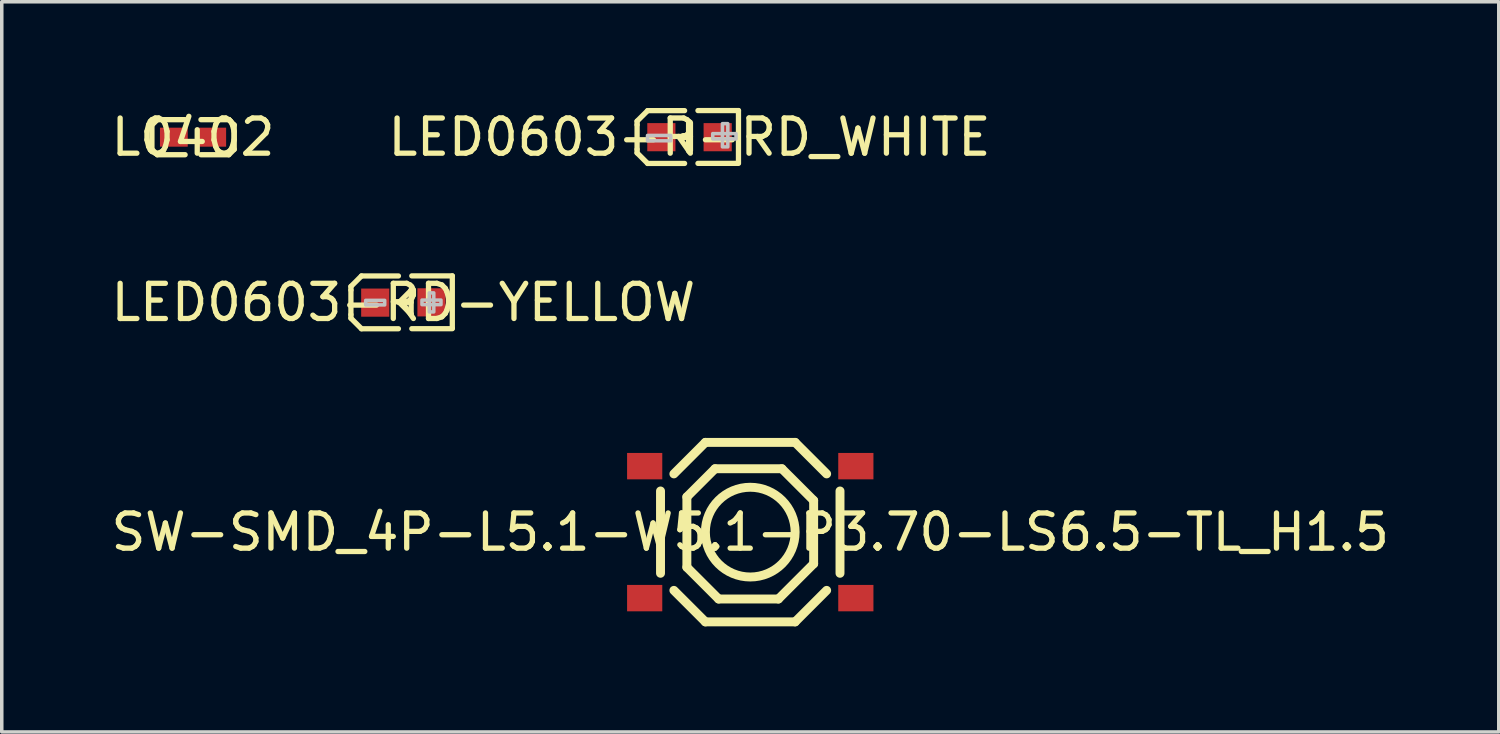
<source format=kicad_pcb>
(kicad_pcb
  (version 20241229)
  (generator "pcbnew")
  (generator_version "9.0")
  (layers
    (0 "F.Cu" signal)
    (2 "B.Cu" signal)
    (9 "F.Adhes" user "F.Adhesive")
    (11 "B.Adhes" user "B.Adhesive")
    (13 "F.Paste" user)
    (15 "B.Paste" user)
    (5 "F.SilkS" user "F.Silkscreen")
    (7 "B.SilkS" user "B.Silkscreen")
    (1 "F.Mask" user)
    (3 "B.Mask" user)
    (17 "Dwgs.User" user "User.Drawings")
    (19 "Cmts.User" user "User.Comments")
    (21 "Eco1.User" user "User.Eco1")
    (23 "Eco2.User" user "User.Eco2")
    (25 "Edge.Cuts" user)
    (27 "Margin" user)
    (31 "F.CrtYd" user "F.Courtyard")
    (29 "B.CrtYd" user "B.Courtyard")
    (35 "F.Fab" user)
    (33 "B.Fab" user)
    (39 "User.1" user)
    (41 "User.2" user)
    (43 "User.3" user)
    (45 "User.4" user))
  (footprint "L0402"
    (layer "F.Cu")
    (at 2.435 0.848)
    (property "Reference" "L0402" (at 0 0 0) (layer "F.SilkS") (effects (font (size 1 1) (thickness 0.15))))
    (fp_line (start -1.169 -0.346) (end -1.016 -0.498) (stroke (width 0.152) (type default)) (layer "F.SilkS"))
    (fp_line (start -1.169 0.346) (end -1.169 -0.346) (stroke (width 0.152) (type default)) (layer "F.SilkS"))
    (fp_line (start -1.016 -0.498) (end -0.226 -0.498) (stroke (width 0.152) (type default)) (layer "F.SilkS"))
    (fp_line (start -1.016 0.498) (end -1.169 0.346) (stroke (width 0.152) (type default)) (layer "F.SilkS"))
    (fp_line (start -0.226 0.498) (end -1.016 0.498) (stroke (width 0.152) (type default)) (layer "F.SilkS"))
    (fp_line (start 0.226 0.498) (end 1.016 0.498) (stroke (width 0.152) (type default)) (layer "F.SilkS"))
    (fp_line (start 1.016 -0.498) (end 0.226 -0.498) (stroke (width 0.152) (type default)) (layer "F.SilkS"))
    (fp_line (start 1.016 0.498) (end 1.169 0.346) (stroke (width 0.152) (type default)) (layer "F.SilkS"))
    (fp_line (start 1.169 -0.346) (end 1.016 -0.498) (stroke (width 0.152) (type default)) (layer "F.SilkS"))
    (fp_line (start 1.169 0.346) (end 1.169 -0.346) (stroke (width 0.152) (type default)) (layer "F.SilkS"))
    (fp_poly (pts (xy -0.135 0.086) (xy -0.135 -0.086) (xy -0.404 -0.27) (xy -0.9 -0.27) (xy -0.94 -0.23) (xy -0.94 0.23) (xy -0.9 0.27) (xy -0.404 0.27)) (stroke (width 0) (type default)) (fill yes) (layer "F.Paste"))
    (fp_poly (pts (xy 0.135 0.086) (xy 0.135 -0.086) (xy 0.404 -0.27) (xy 0.9 -0.27) (xy 0.94 -0.23) (xy 0.94 0.23) (xy 0.9 0.27) (xy 0.404 0.27)) (stroke (width 0) (type default)) (fill yes) (layer "F.Paste"))
    (fp_poly (pts (xy -0.5 0.25) (xy -0.5 -0.25) (xy -0.25 -0.25) (xy -0.25 0.25)) (stroke (width 0.1) (type default)) (fill no) (layer "User.1"))
    (fp_poly (pts (xy 0.5 0.25) (xy 0.5 -0.25) (xy 0.25 -0.25) (xy 0.25 0.25)) (stroke (width 0.1) (type default)) (fill no) (layer "User.1"))
    (fp_line (start -0.5 -0.25) (end 0.5 -0.25) (stroke (width 0.051) (type default)) (layer "User.2"))
    (fp_line (start -0.5 0.25) (end -0.5 -0.25) (stroke (width 0.051) (type default)) (layer "User.2"))
    (fp_line (start 0.5 -0.25) (end 0.5 0.25) (stroke (width 0.051) (type default)) (layer "User.2"))
    (fp_line (start 0.5 0.25) (end -0.5 0.25) (stroke (width 0.051) (type default)) (layer "User.2"))
    (fp_poly (pts (xy -0.445 0.227) (xy -0.477 0.195) (xy -0.523 0.195) (xy -0.555 0.227) (xy -0.555 0.273) (xy -0.523 0.305) (xy -0.477 0.305) (xy -0.445 0.273)) (stroke (width 0.1) (type default)) (fill no) (layer "User.3"))
    (pad "1" smd rect (at -0.545 0) (size 0.79 0.54) (layers "F.Cu" "F.Mask" "F.Paste"))
    (pad "2" smd rect (at 0.545 0) (size 0.79 0.54) (layers "F.Cu" "F.Mask" "F.Paste")))
  (footprint "LED0603-R-RD_WHITE"
    (layer "F.Cu")
    (at 16.542 0.848)
    (property "Reference" "LED0603-R-RD_WHITE" (at 0 0 0) (layer "F.SilkS") (effects (font (size 1 1) (thickness 0.15))))
    (fp_line (start -1.49 -0.455) (end -1.19 -0.754) (stroke (width 0.15) (type default)) (layer "F.SilkS"))
    (fp_line (start -1.49 -0.354) (end -1.49 -0.455) (stroke (width 0.15) (type default)) (layer "F.SilkS"))
    (fp_line (start -1.49 -0.354) (end -1.49 0.346) (stroke (width 0.15) (type default)) (layer "F.SilkS"))
    (fp_line (start -1.49 0.346) (end -1.49 0.446) (stroke (width 0.15) (type default)) (layer "F.SilkS"))
    (fp_line (start -1.49 0.446) (end -1.19 0.746) (stroke (width 0.15) (type default)) (layer "F.SilkS"))
    (fp_line (start -0.14 -0.754) (end -1.19 -0.754) (stroke (width 0.15) (type default)) (layer "F.SilkS"))
    (fp_line (start -0.14 0.746) (end -1.19 0.746) (stroke (width 0.15) (type default)) (layer "F.SilkS"))
    (fp_line (start 0 -0.018) (end -0.175 -0.018) (stroke (width 0.203) (type default)) (layer "F.SilkS"))
    (fp_line (start 0 0.381) (end 0 -0.406) (stroke (width 0.203) (type default)) (layer "F.SilkS"))
    (fp_line (start 0.24 -0.756) (end 1.391 -0.756) (stroke (width 0.15) (type default)) (layer "F.SilkS"))
    (fp_line (start 0.24 0.744) (end 1.391 0.744) (stroke (width 0.15) (type default)) (layer "F.SilkS"))
    (fp_line (start 1.391 -0.756) (end 1.391 0.724) (stroke (width 0.15) (type default)) (layer "F.SilkS"))
    (fp_poly (pts (xy -1.194 -0.05) (xy -0.533 -0.05) (xy -0.533 0.103) (xy -1.194 0.103)) (stroke (width 0.1) (type default)) (fill no) (layer "Dwgs.User"))
    (fp_poly (pts (xy 0.66 -0.102) (xy 1.321 -0.102) (xy 1.321 0.051) (xy 0.66 0.051)) (stroke (width 0.1) (type default)) (fill no) (layer "Dwgs.User"))
    (fp_poly (pts (xy 0.935 0.275) (xy 0.935 -0.385) (xy 1.088 -0.385) (xy 1.088 0.275)) (stroke (width 0.1) (type default)) (fill no) (layer "Dwgs.User"))
    (fp_poly (pts (xy -0.8 0.4) (xy -0.8 -0.4) (xy -0.5 -0.4) (xy -0.5 0.4)) (stroke (width 0.1) (type default)) (fill no) (layer "User.1"))
    (fp_poly (pts (xy 0.8 -0.4) (xy 0.8 0.4) (xy 0.5 0.4) (xy 0.5 -0.4)) (stroke (width 0.1) (type default)) (fill no) (layer "User.1"))
    (fp_line (start -0.8 -0.4) (end 0.8 -0.4) (stroke (width 0.051) (type default)) (layer "User.2"))
    (fp_line (start -0.8 0.4) (end -0.8 -0.4) (stroke (width 0.051) (type default)) (layer "User.2"))
    (fp_line (start 0.8 -0.4) (end 0.8 0.4) (stroke (width 0.051) (type default)) (layer "User.2"))
    (fp_line (start 0.8 0.4) (end -0.8 0.4) (stroke (width 0.051) (type default)) (layer "User.2"))
    (fp_poly (pts (xy 0.855 -0.423) (xy 0.823 -0.455) (xy 0.777 -0.455) (xy 0.745 -0.423) (xy 0.745 -0.377) (xy 0.777 -0.345) (xy 0.823 -0.345) (xy 0.855 -0.377)) (stroke (width 0.1) (type default)) (fill no) (layer "User.3"))
    (pad "1" smd rect (at 0.8 0 90) (size 0.8 0.8) (layers "F.Cu" "F.Mask" "F.Paste"))
    (pad "2" smd rect (at -0.8 0 90) (size 0.8 0.8) (layers "F.Cu" "F.Mask" "F.Paste")))
  (footprint "SW-SMD_4P-L5.1-W5.1-P3.70-LS6.5-TL_H1.5"
    (layer "F.Cu")
    (at 18.268 12.07)
    (property "Reference" "SW-SMD_4P-L5.1-W5.1-P3.70-LS6.5-TL_H1.5" (at 0 0 0) (layer "F.SilkS") (effects (font (size 1 1) (thickness 0.15))))
    (fp_line (start -2.55 -1.169) (end -2.55 1.169) (stroke (width 0.254) (type default)) (layer "F.SilkS"))
    (fp_line (start -2.17 1.655) (end -1.275 2.55) (stroke (width 0.254) (type default)) (layer "F.SilkS"))
    (fp_line (start -1.801 -1.001) (end -1.001 -1.801) (stroke (width 0.254) (type default)) (layer "F.SilkS"))
    (fp_line (start -1.801 0.998) (end -1.801 -1.001) (stroke (width 0.254) (type default)) (layer "F.SilkS"))
    (fp_line (start -1.275 -2.55) (end -2.17 -1.655) (stroke (width 0.254) (type default)) (layer "F.SilkS"))
    (fp_line (start -1.275 -2.55) (end 1.275 -2.55) (stroke (width 0.254) (type default)) (layer "F.SilkS"))
    (fp_line (start -1.275 2.55) (end 1.275 2.55) (stroke (width 0.254) (type default)) (layer "F.SilkS"))
    (fp_line (start -1.001 -1.801) (end 0.899 -1.801) (stroke (width 0.254) (type default)) (layer "F.SilkS"))
    (fp_line (start -0.899 1.9) (end -1.801 0.998) (stroke (width 0.254) (type default)) (layer "F.SilkS"))
    (fp_line (start 0.8 1.9) (end -0.899 1.9) (stroke (width 0.254) (type default)) (layer "F.SilkS"))
    (fp_line (start 0.899 -1.801) (end 1.801 -0.899) (stroke (width 0.254) (type default)) (layer "F.SilkS"))
    (fp_line (start 1.275 -2.55) (end 2.17 -1.655) (stroke (width 0.254) (type default)) (layer "F.SilkS"))
    (fp_line (start 1.801 -0.899) (end 1.801 0.899) (stroke (width 0.254) (type default)) (layer "F.SilkS"))
    (fp_line (start 1.801 0.899) (end 0.8 1.9) (stroke (width 0.254) (type default)) (layer "F.SilkS"))
    (fp_line (start 2.17 1.655) (end 1.275 2.55) (stroke (width 0.254) (type default)) (layer "F.SilkS"))
    (fp_line (start 2.55 -1.169) (end 2.55 1.169) (stroke (width 0.254) (type default)) (layer "F.SilkS"))
    (fp_circle (center 0 0) (end 1.275 0) (stroke (width 0.254) (type default)) (fill no) (layer "F.SilkS"))
    (fp_poly (pts (xy -3.25 -1.599) (xy -3.25 -2.099) (xy -2.85 -2.099) (xy -2.85 -1.599)) (stroke (width 0.1) (type default)) (fill no) (layer "User.1"))
    (fp_poly (pts (xy -3.25 2.1) (xy -3.25 1.601) (xy -2.85 1.601) (xy -2.85 2.1)) (stroke (width 0.1) (type default)) (fill no) (layer "User.1"))
    (fp_poly (pts (xy -2.2 -1.599) (xy -1.7 -2.099) (xy -2.86 -2.1) (xy -2.86 -1.6)) (stroke (width 0.1) (type default)) (fill no) (layer "User.1"))
    (fp_poly (pts (xy -2.2 1.6) (xy -1.7 2.1) (xy -2.86 2.1) (xy -2.86 1.6)) (stroke (width 0.1) (type default)) (fill no) (layer "User.1"))
    (fp_poly (pts (xy 2.2 -1.6) (xy 1.7 -2.1) (xy 2.86 -2.1) (xy 2.86 -1.601)) (stroke (width 0.1) (type default)) (fill no) (layer "User.1"))
    (fp_poly (pts (xy 2.201 1.601) (xy 1.7 2.1) (xy 2.861 2.101) (xy 2.861 1.601)) (stroke (width 0.1) (type default)) (fill no) (layer "User.1"))
    (fp_poly (pts (xy 2.85 -1.601) (xy 2.85 -2.1) (xy 3.25 -2.1) (xy 3.25 -1.601)) (stroke (width 0.1) (type default)) (fill no) (layer "User.1"))
    (fp_poly (pts (xy 2.85 2.1) (xy 2.85 1.601) (xy 3.25 1.601) (xy 3.25 2.1)) (stroke (width 0.1) (type default)) (fill no) (layer "User.1"))
    (fp_line (start -2.55 -1.3) (end -1.3 -2.55) (stroke (width 0.051) (type default)) (layer "User.2"))
    (fp_line (start -2.55 1.3) (end -2.55 -1.3) (stroke (width 0.051) (type default)) (layer "User.2"))
    (fp_line (start -1.3 -2.55) (end 1.3 -2.55) (stroke (width 0.051) (type default)) (layer "User.2"))
    (fp_line (start -1.3 2.55) (end -2.55 1.3) (stroke (width 0.051) (type default)) (layer "User.2"))
    (fp_line (start 1.3 -2.55) (end 2.55 -1.3) (stroke (width 0.051) (type default)) (layer "User.2"))
    (fp_line (start 1.3 2.55) (end -1.3 2.55) (stroke (width 0.051) (type default)) (layer "User.2"))
    (fp_line (start 2.55 -1.3) (end 2.55 1.3) (stroke (width 0.051) (type default)) (layer "User.2"))
    (fp_line (start 2.55 1.3) (end 1.3 2.55) (stroke (width 0.051) (type default)) (layer "User.2"))
    (fp_poly (pts (xy -3.195 -2.573) (xy -3.227 -2.605) (xy -3.273 -2.605) (xy -3.305 -2.573) (xy -3.305 -2.527) (xy -3.273 -2.495) (xy -3.227 -2.495) (xy -3.195 -2.527)) (stroke (width 0.1) (type default)) (fill no) (layer "User.3"))
    (pad "1" smd rect (at -3 -1.875) (size 1 0.75) (layers "F.Cu" "F.Mask" "F.Paste"))
    (pad "2" smd rect (at 3 -1.875) (size 1 0.75) (layers "F.Cu" "F.Mask" "F.Paste"))
    (pad "3" smd rect (at -3 1.875) (size 1 0.75) (layers "F.Cu" "F.Mask" "F.Paste"))
    (pad "4" smd rect (at 3 1.875) (size 1 0.75) (layers "F.Cu" "F.Mask" "F.Paste")))
  (footprint "LED0603-RD-YELLOW"
    (layer "F.Cu")
    (at 8.411 5.545)
    (property "Reference" "LED0603-RD-YELLOW" (at 0 0 0) (layer "F.SilkS") (effects (font (size 1 1) (thickness 0.15))))
    (fp_line (start -1.49 -0.455) (end -1.19 -0.754) (stroke (width 0.15) (type default)) (layer "F.SilkS"))
    (fp_line (start -1.49 -0.354) (end -1.49 -0.455) (stroke (width 0.15) (type default)) (layer "F.SilkS"))
    (fp_line (start -1.49 -0.354) (end -1.49 0.345) (stroke (width 0.15) (type default)) (layer "F.SilkS"))
    (fp_line (start -1.49 0.345) (end -1.49 0.446) (stroke (width 0.15) (type default)) (layer "F.SilkS"))
    (fp_line (start -1.49 0.446) (end -1.19 0.746) (stroke (width 0.15) (type default)) (layer "F.SilkS"))
    (fp_line (start -0.14 -0.754) (end -1.19 -0.754) (stroke (width 0.15) (type default)) (layer "F.SilkS"))
    (fp_line (start -0.14 0.746) (end -1.19 0.746) (stroke (width 0.15) (type default)) (layer "F.SilkS"))
    (fp_line (start 0.21 0.324) (end -0.119 -0.006) (stroke (width 0.15) (type default)) (layer "F.SilkS"))
    (fp_line (start 0.221 -0.356) (end 0.221 -0.346) (stroke (width 0.15) (type default)) (layer "F.SilkS"))
    (fp_line (start 0.221 -0.356) (end 0.221 0.324) (stroke (width 0.15) (type default)) (layer "F.SilkS"))
    (fp_line (start 0.221 -0.346) (end -0.119 -0.006) (stroke (width 0.15) (type default)) (layer "F.SilkS"))
    (fp_line (start 0.221 -0.006) (end -0.119 -0.006) (stroke (width 0.15) (type default)) (layer "F.SilkS"))
    (fp_line (start 0.221 0.324) (end 0.21 0.324) (stroke (width 0.15) (type default)) (layer "F.SilkS"))
    (fp_line (start 0.24 -0.756) (end 1.391 -0.756) (stroke (width 0.15) (type default)) (layer "F.SilkS"))
    (fp_line (start 0.24 0.744) (end 1.391 0.744) (stroke (width 0.15) (type default)) (layer "F.SilkS"))
    (fp_line (start 1.391 -0.756) (end 1.391 0.724) (stroke (width 0.15) (type default)) (layer "F.SilkS"))
    (fp_poly (pts (xy -1.07 -0.061) (xy -0.53 -0.061) (xy -0.53 0.069) (xy -1.07 0.069)) (stroke (width 0.1) (type default)) (fill no) (layer "Dwgs.User"))
    (fp_poly (pts (xy 0.529 -0.069) (xy 1.069 -0.069) (xy 1.069 0.061) (xy 0.529 0.061)) (stroke (width 0.1) (type default)) (fill no) (layer "Dwgs.User"))
    (fp_poly (pts (xy 0.735 0.267) (xy 0.735 -0.273) (xy 0.865 -0.273) (xy 0.865 0.267)) (stroke (width 0.1) (type default)) (fill no) (layer "Dwgs.User"))
    (fp_poly (pts (xy -0.799 0.404) (xy -0.799 -0.397) (xy -0.499 -0.397) (xy -0.499 0.404)) (stroke (width 0.1) (type default)) (fill no) (layer "User.1"))
    (fp_poly (pts (xy 0.5 0.397) (xy 0.5 -0.404) (xy 0.8 -0.404) (xy 0.8 0.397)) (stroke (width 0.1) (type default)) (fill no) (layer "User.1"))
    (fp_line (start -0.799 -0.4) (end 0.8 -0.4) (stroke (width 0.051) (type default)) (layer "User.2"))
    (fp_line (start -0.799 0.4) (end -0.799 -0.4) (stroke (width 0.051) (type default)) (layer "User.2"))
    (fp_line (start 0.8 -0.4) (end 0.8 0.4) (stroke (width 0.051) (type default)) (layer "User.2"))
    (fp_line (start 0.8 0.4) (end -0.799 0.4) (stroke (width 0.051) (type default)) (layer "User.2"))
    (fp_poly (pts (xy -0.744 0.381) (xy -0.777 0.348) (xy -0.822 0.348) (xy -0.855 0.381) (xy -0.855 0.426) (xy -0.822 0.459) (xy -0.777 0.459) (xy -0.744 0.426)) (stroke (width 0.1) (type default)) (fill no) (layer "User.3"))
    (pad "1" smd rect (at -0.799 0.004 90) (size 0.8 0.8) (layers "F.Cu" "F.Mask" "F.Paste"))
    (pad "2" smd rect (at 0.799 -0.004 90) (size 0.8 0.8) (layers "F.Cu" "F.Mask" "F.Paste")))
  (gr_rect
    (start -3 -3)
    (end 39.536 17.747)
    (stroke (width 0.1) (type default))
    (fill no)
    (layer "Edge.Cuts")))
</source>
